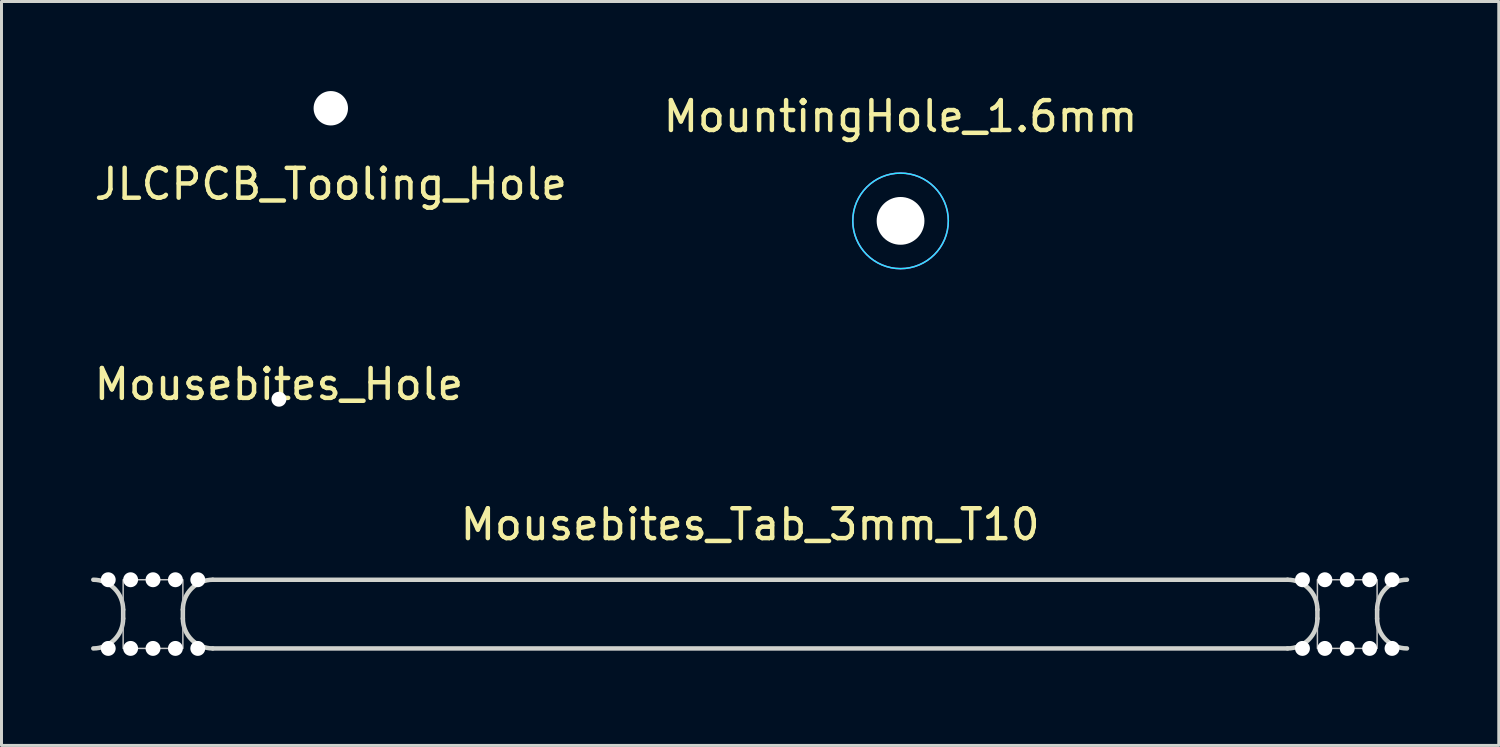
<source format=kicad_pcb>
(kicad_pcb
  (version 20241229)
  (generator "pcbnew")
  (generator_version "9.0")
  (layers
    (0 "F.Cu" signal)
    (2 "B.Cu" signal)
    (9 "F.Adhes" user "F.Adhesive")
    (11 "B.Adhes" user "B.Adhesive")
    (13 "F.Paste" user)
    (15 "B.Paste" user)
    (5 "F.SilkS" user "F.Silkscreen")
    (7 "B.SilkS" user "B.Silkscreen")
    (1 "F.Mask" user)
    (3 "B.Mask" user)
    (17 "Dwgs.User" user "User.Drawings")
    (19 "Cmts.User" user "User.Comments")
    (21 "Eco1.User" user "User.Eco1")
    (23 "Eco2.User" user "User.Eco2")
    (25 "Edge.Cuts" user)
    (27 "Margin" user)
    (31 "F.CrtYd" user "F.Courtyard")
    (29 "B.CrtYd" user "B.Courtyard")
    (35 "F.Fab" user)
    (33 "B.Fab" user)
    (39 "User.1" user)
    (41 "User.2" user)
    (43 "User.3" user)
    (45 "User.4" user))
  (footprint "JLCPCB_Tooling_Hole"
    (layer "F.Cu")
    (at 8.03 0.576)
    (property "Reference" "JLCPCB_Tooling_Hole" (at 0 2.54 0) (layer "F.SilkS") (effects (font (size 1 1) (thickness 0.15))))
    (attr through_hole exclude_from_pos_files exclude_from_bom)
    (pad "" np_thru_hole circle (at 0 0) (size 1.152 1.152) (drill 1.152) (layers "*.Cu" "*.Mask")))
  (footprint "Mousebites_Tab_3mm_T10"
    (layer "F.Cu")
    (at 22.075 17.518)
    (property "Reference" "Mousebites_Tab_3mm_T10" (at 0 -3 0) (unlocked yes) (layer "F.SilkS") (effects (font (size 1 1) (thickness 0.15))))
    (attr smd exclude_from_pos_files exclude_from_bom)
    (fp_rect (start -21 1.15) (end -19 -1.15) (stroke (width 0.05) (type solid)) (fill no) (layer "Dwgs.User"))
    (fp_rect (start 19 1.15) (end 21 -1.15) (stroke (width 0.05) (type solid)) (fill no) (layer "Dwgs.User"))
    (fp_line (start -21 -0.15) (end -21 0.15) (stroke (width 0.15) (type solid)) (layer "Edge.Cuts"))
    (fp_line (start -19 -0.15) (end -19 0.15) (stroke (width 0.15) (type solid)) (layer "Edge.Cuts"))
    (fp_line (start -18 -1.15) (end 18 -1.15) (stroke (width 0.15) (type solid)) (layer "Edge.Cuts"))
    (fp_line (start -18 1.15) (end 18 1.15) (stroke (width 0.15) (type solid)) (layer "Edge.Cuts"))
    (fp_line (start 19 -0.15) (end 19 0.15) (stroke (width 0.15) (type solid)) (layer "Edge.Cuts"))
    (fp_line (start 21 -0.15) (end 21 0.15) (stroke (width 0.15) (type solid)) (layer "Edge.Cuts"))
    (fp_arc (start -22 -1.15033) (mid -21.292893 -0.857437) (end -21 -0.15033) (stroke (width 0.15) (type solid)) (layer "Edge.Cuts"))
    (fp_arc (start -21 0.15033) (mid -21.292893 0.857437) (end -22 1.15033) (stroke (width 0.15) (type solid)) (layer "Edge.Cuts"))
    (fp_arc (start -19 -0.15033) (mid -18.707107 -0.857437) (end -18 -1.15033) (stroke (width 0.15) (type solid)) (layer "Edge.Cuts"))
    (fp_arc (start -18 1.15033) (mid -18.707107 0.857437) (end -19 0.15033) (stroke (width 0.15) (type solid)) (layer "Edge.Cuts"))
    (fp_arc (start 18 -1.15033) (mid 18.707107 -0.857437) (end 19 -0.15033) (stroke (width 0.15) (type solid)) (layer "Edge.Cuts"))
    (fp_arc (start 19 0.15033) (mid 18.707107 0.857437) (end 18 1.15033) (stroke (width 0.15) (type solid)) (layer "Edge.Cuts"))
    (fp_arc (start 21 -0.15033) (mid 21.292893 -0.857437) (end 22 -1.15033) (stroke (width 0.15) (type solid)) (layer "Edge.Cuts"))
    (fp_arc (start 22 1.15033) (mid 21.292893 0.857437) (end 21 0.15033) (stroke (width 0.15) (type solid)) (layer "Edge.Cuts"))
    (pad "" np_thru_hole circle (at -21.5 -1.15) (size 0.5 0.5) (drill 0.5) (layers "*.Cu" "*.Mask"))
    (pad "" np_thru_hole circle (at -21.5 1.15) (size 0.5 0.5) (drill 0.5) (layers "*.Cu" "*.Mask"))
    (pad "" np_thru_hole circle (at -20.75 -1.15) (size 0.5 0.5) (drill 0.5) (layers "*.Cu" "*.Mask"))
    (pad "" np_thru_hole circle (at -20.75 1.15) (size 0.5 0.5) (drill 0.5) (layers "*.Cu" "*.Mask"))
    (pad "" np_thru_hole circle (at -20 -1.15) (size 0.5 0.5) (drill 0.5) (layers "*.Cu" "*.Mask"))
    (pad "" np_thru_hole circle (at -20 1.15) (size 0.5 0.5) (drill 0.5) (layers "*.Cu" "*.Mask"))
    (pad "" np_thru_hole circle (at -19.25 -1.15) (size 0.5 0.5) (drill 0.5) (layers "*.Cu" "*.Mask"))
    (pad "" np_thru_hole circle (at -19.25 1.15) (size 0.5 0.5) (drill 0.5) (layers "*.Cu" "*.Mask"))
    (pad "" np_thru_hole circle (at -18.5 -1.15) (size 0.5 0.5) (drill 0.5) (layers "*.Cu" "*.Mask"))
    (pad "" np_thru_hole circle (at -18.5 1.15) (size 0.5 0.5) (drill 0.5) (layers "*.Cu" "*.Mask"))
    (pad "" np_thru_hole circle (at 18.5 -1.15) (size 0.5 0.5) (drill 0.5) (layers "*.Cu" "*.Mask"))
    (pad "" np_thru_hole circle (at 18.5 1.15) (size 0.5 0.5) (drill 0.5) (layers "*.Cu" "*.Mask"))
    (pad "" np_thru_hole circle (at 19.25 -1.15) (size 0.5 0.5) (drill 0.5) (layers "*.Cu" "*.Mask"))
    (pad "" np_thru_hole circle (at 19.25 1.15) (size 0.5 0.5) (drill 0.5) (layers "*.Cu" "*.Mask"))
    (pad "" np_thru_hole circle (at 20 -1.15) (size 0.5 0.5) (drill 0.5) (layers "*.Cu" "*.Mask"))
    (pad "" np_thru_hole circle (at 20 1.15) (size 0.5 0.5) (drill 0.5) (layers "*.Cu" "*.Mask"))
    (pad "" np_thru_hole circle (at 20.75 -1.15) (size 0.5 0.5) (drill 0.5) (layers "*.Cu" "*.Mask"))
    (pad "" np_thru_hole circle (at 20.75 1.15) (size 0.5 0.5) (drill 0.5) (layers "*.Cu" "*.Mask"))
    (pad "" np_thru_hole circle (at 21.5 -1.15) (size 0.5 0.5) (drill 0.5) (layers "*.Cu" "*.Mask"))
    (pad "" np_thru_hole circle (at 21.5 1.15) (size 0.5 0.5) (drill 0.5) (layers "*.Cu" "*.Mask")))
  (footprint "Mousebites_Hole"
    (layer "F.Cu")
    (at 6.292 10.322)
    (property "Reference" "Mousebites_Hole" (at 0 -0.5 0) (unlocked yes) (layer "F.SilkS") (effects (font (size 1 1) (thickness 0.15))))
    (attr through_hole board_only exclude_from_pos_files exclude_from_bom)
    (pad "" np_thru_hole circle (at 0 0) (size 0.5 0.5) (drill 0.5) (layers "*.Cu" "*.Mask")))
  (footprint "MountingHole_1.6mm"
    (layer "F.Cu")
    (at 27.113 4.348)
    (property "Reference" "MountingHole_1.6mm" (at 0 -3.5 0) (unlocked yes) (layer "F.SilkS") (effects (font (size 1 1) (thickness 0.15))))
    (attr exclude_from_pos_files exclude_from_bom)
    (fp_circle (center 0 0) (end 0 -1.6) (stroke (width 0.05) (type default)) (fill no) (layer "B.CrtYd"))
    (fp_circle (center 0 0) (end 1.6 0) (stroke (width 0.05) (type solid)) (fill no) (layer "F.CrtYd"))
    (pad "" np_thru_hole circle (at 0 0) (size 1.6 1.6) (drill 1.6) (layers "*.Cu" "*.Mask")))
  (gr_rect
    (start -3 -3)
    (end 47.15 21.918)
    (stroke (width 0.1) (type default))
    (fill no)
    (layer "Edge.Cuts")))
</source>
